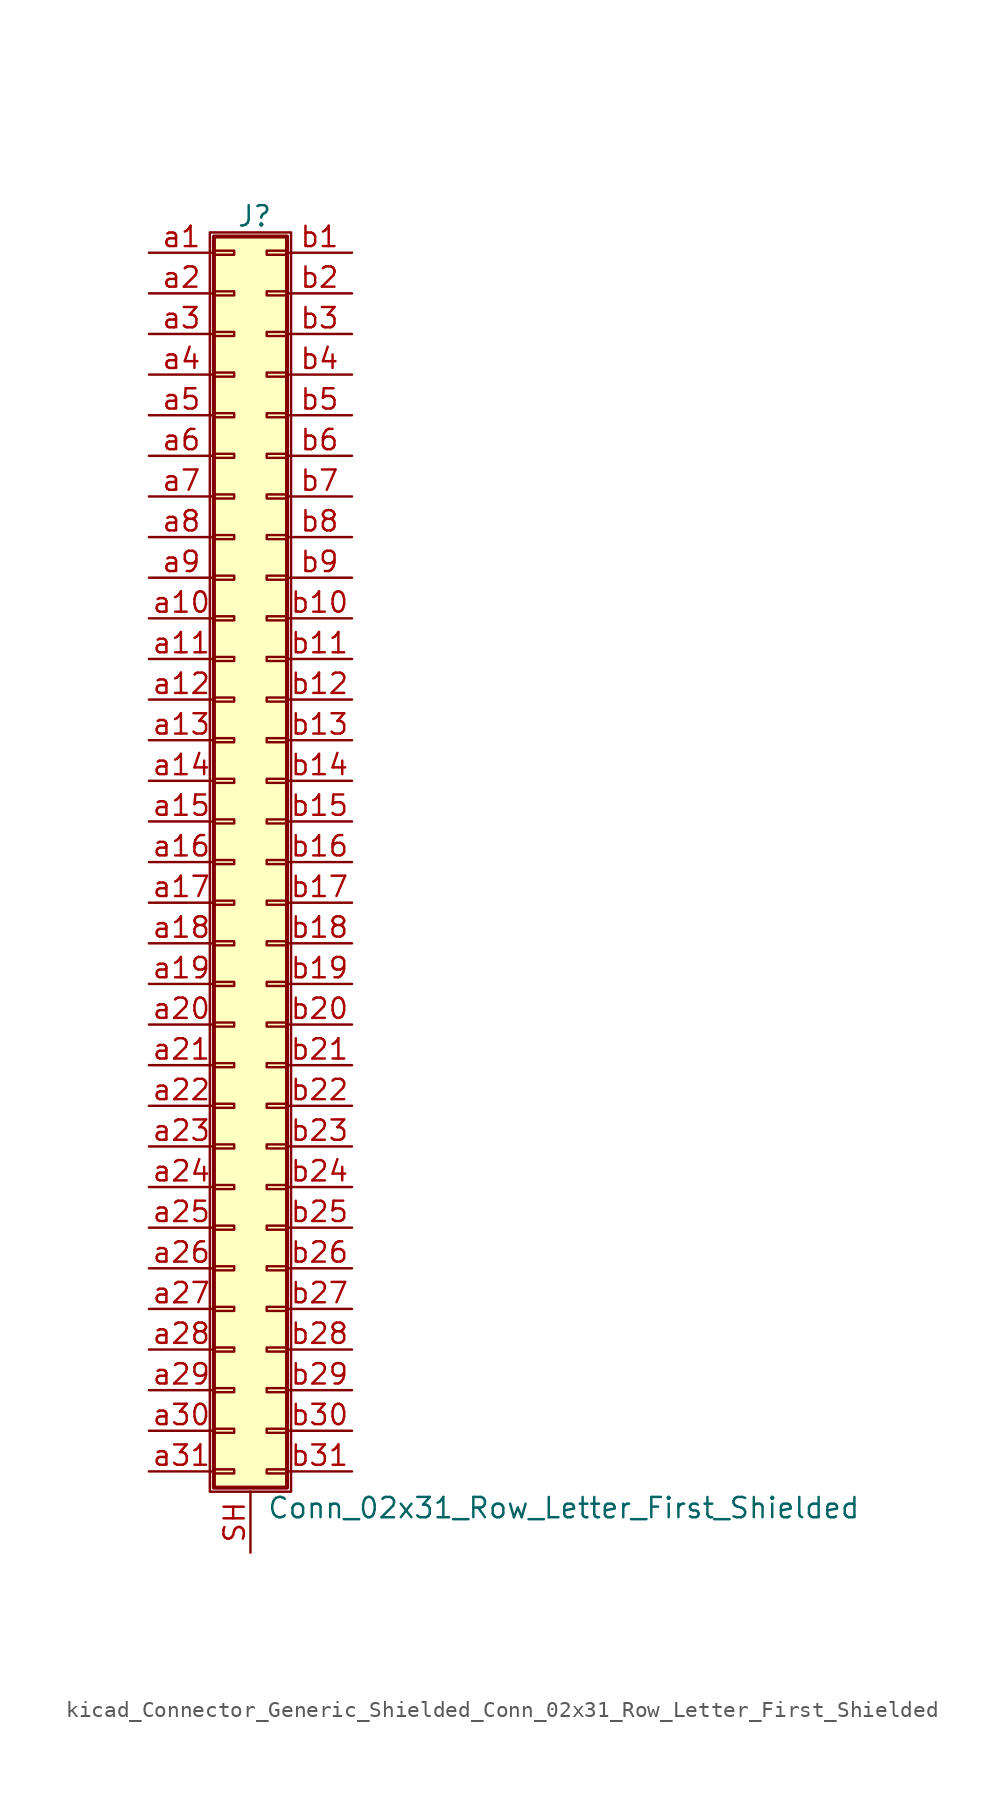
<source format=kicad_sym>
(kicad_symbol_lib
  (version 20220914)
  (generator kicad_symbol_editor)
  (symbol "kicad_Connector_Generic_Shielded_Conn_02x31_Row_Letter_First_Shielded"
    (pin_names
      (offset 1.016) hide)
    (property "Reference" "J"
      (at 1.524 40.386 0)
      (effects (font (size 1.27 1.27))))
    (property "Value" "Conn_02x31_Row_Letter_First_Shielded"
      (at 2.286 -40.386 0)
      (effects (font (size 1.27 1.27)) (justify left)))
    (symbol "kicad_Connector_Generic_Shielded_Conn_02x31_Row_Letter_First_Shielded_1_1"
      (rectangle (start -1.27 39.37) (end 3.81 -39.37) (stroke (width 0.152) (type default)) (fill (type none)))
      (rectangle (start -1.016 -37.973) (end 0.254 -38.227) (stroke (width 0.152) (type default)) (fill (type none)))
      (rectangle (start -1.016 -35.433) (end 0.254 -35.687) (stroke (width 0.152) (type default)) (fill (type none)))
      (rectangle (start -1.016 -32.893) (end 0.254 -33.147) (stroke (width 0.152) (type default)) (fill (type none)))
      (rectangle (start -1.016 -30.353) (end 0.254 -30.607) (stroke (width 0.152) (type default)) (fill (type none)))
      (rectangle (start -1.016 -27.813) (end 0.254 -28.067) (stroke (width 0.152) (type default)) (fill (type none)))
      (rectangle (start -1.016 -25.273) (end 0.254 -25.527) (stroke (width 0.152) (type default)) (fill (type none)))
      (rectangle (start -1.016 -22.733) (end 0.254 -22.987) (stroke (width 0.152) (type default)) (fill (type none)))
      (rectangle (start -1.016 -20.193) (end 0.254 -20.447) (stroke (width 0.152) (type default)) (fill (type none)))
      (rectangle (start -1.016 -17.653) (end 0.254 -17.907) (stroke (width 0.152) (type default)) (fill (type none)))
      (rectangle (start -1.016 -15.113) (end 0.254 -15.367) (stroke (width 0.152) (type default)) (fill (type none)))
      (rectangle (start -1.016 -12.573) (end 0.254 -12.827) (stroke (width 0.152) (type default)) (fill (type none)))
      (rectangle (start -1.016 -10.033) (end 0.254 -10.287) (stroke (width 0.152) (type default)) (fill (type none)))
      (rectangle (start -1.016 -7.493) (end 0.254 -7.747) (stroke (width 0.152) (type default)) (fill (type none)))
      (rectangle (start -1.016 -4.953) (end 0.254 -5.207) (stroke (width 0.152) (type default)) (fill (type none)))
      (rectangle (start -1.016 -2.413) (end 0.254 -2.667) (stroke (width 0.152) (type default)) (fill (type none)))
      (rectangle (start -1.016 0.127) (end 0.254 -0.127) (stroke (width 0.152) (type default)) (fill (type none)))
      (rectangle (start -1.016 2.667) (end 0.254 2.413) (stroke (width 0.152) (type default)) (fill (type none)))
      (rectangle (start -1.016 5.207) (end 0.254 4.953) (stroke (width 0.152) (type default)) (fill (type none)))
      (rectangle (start -1.016 7.747) (end 0.254 7.493) (stroke (width 0.152) (type default)) (fill (type none)))
      (rectangle (start -1.016 10.287) (end 0.254 10.033) (stroke (width 0.152) (type default)) (fill (type none)))
      (rectangle (start -1.016 12.827) (end 0.254 12.573) (stroke (width 0.152) (type default)) (fill (type none)))
      (rectangle (start -1.016 15.367) (end 0.254 15.113) (stroke (width 0.152) (type default)) (fill (type none)))
      (rectangle (start -1.016 17.907) (end 0.254 17.653) (stroke (width 0.152) (type default)) (fill (type none)))
      (rectangle (start -1.016 20.447) (end 0.254 20.193) (stroke (width 0.152) (type default)) (fill (type none)))
      (rectangle (start -1.016 22.987) (end 0.254 22.733) (stroke (width 0.152) (type default)) (fill (type none)))
      (rectangle (start -1.016 25.527) (end 0.254 25.273) (stroke (width 0.152) (type default)) (fill (type none)))
      (rectangle (start -1.016 28.067) (end 0.254 27.813) (stroke (width 0.152) (type default)) (fill (type none)))
      (rectangle (start -1.016 30.607) (end 0.254 30.353) (stroke (width 0.152) (type default)) (fill (type none)))
      (rectangle (start -1.016 33.147) (end 0.254 32.893) (stroke (width 0.152) (type default)) (fill (type none)))
      (rectangle (start -1.016 35.687) (end 0.254 35.433) (stroke (width 0.152) (type default)) (fill (type none)))
      (rectangle (start -1.016 38.227) (end 0.254 37.973) (stroke (width 0.152) (type default)) (fill (type none)))
      (rectangle (start -1.016 39.116) (end 3.556 -39.116) (stroke (width 0.254) (type default)) (fill (type background)))
      (rectangle (start 3.556 -37.973) (end 2.286 -38.227) (stroke (width 0.152) (type default)) (fill (type none)))
      (rectangle (start 3.556 -35.433) (end 2.286 -35.687) (stroke (width 0.152) (type default)) (fill (type none)))
      (rectangle (start 3.556 -32.893) (end 2.286 -33.147) (stroke (width 0.152) (type default)) (fill (type none)))
      (rectangle (start 3.556 -30.353) (end 2.286 -30.607) (stroke (width 0.152) (type default)) (fill (type none)))
      (rectangle (start 3.556 -27.813) (end 2.286 -28.067) (stroke (width 0.152) (type default)) (fill (type none)))
      (rectangle (start 3.556 -25.273) (end 2.286 -25.527) (stroke (width 0.152) (type default)) (fill (type none)))
      (rectangle (start 3.556 -22.733) (end 2.286 -22.987) (stroke (width 0.152) (type default)) (fill (type none)))
      (rectangle (start 3.556 -20.193) (end 2.286 -20.447) (stroke (width 0.152) (type default)) (fill (type none)))
      (rectangle (start 3.556 -17.653) (end 2.286 -17.907) (stroke (width 0.152) (type default)) (fill (type none)))
      (rectangle (start 3.556 -15.113) (end 2.286 -15.367) (stroke (width 0.152) (type default)) (fill (type none)))
      (rectangle (start 3.556 -12.573) (end 2.286 -12.827) (stroke (width 0.152) (type default)) (fill (type none)))
      (rectangle (start 3.556 -10.033) (end 2.286 -10.287) (stroke (width 0.152) (type default)) (fill (type none)))
      (rectangle (start 3.556 -7.493) (end 2.286 -7.747) (stroke (width 0.152) (type default)) (fill (type none)))
      (rectangle (start 3.556 -4.953) (end 2.286 -5.207) (stroke (width 0.152) (type default)) (fill (type none)))
      (rectangle (start 3.556 -2.413) (end 2.286 -2.667) (stroke (width 0.152) (type default)) (fill (type none)))
      (rectangle (start 3.556 0.127) (end 2.286 -0.127) (stroke (width 0.152) (type default)) (fill (type none)))
      (rectangle (start 3.556 2.667) (end 2.286 2.413) (stroke (width 0.152) (type default)) (fill (type none)))
      (rectangle (start 3.556 5.207) (end 2.286 4.953) (stroke (width 0.152) (type default)) (fill (type none)))
      (rectangle (start 3.556 7.747) (end 2.286 7.493) (stroke (width 0.152) (type default)) (fill (type none)))
      (rectangle (start 3.556 10.287) (end 2.286 10.033) (stroke (width 0.152) (type default)) (fill (type none)))
      (rectangle (start 3.556 12.827) (end 2.286 12.573) (stroke (width 0.152) (type default)) (fill (type none)))
      (rectangle (start 3.556 15.367) (end 2.286 15.113) (stroke (width 0.152) (type default)) (fill (type none)))
      (rectangle (start 3.556 17.907) (end 2.286 17.653) (stroke (width 0.152) (type default)) (fill (type none)))
      (rectangle (start 3.556 20.447) (end 2.286 20.193) (stroke (width 0.152) (type default)) (fill (type none)))
      (rectangle (start 3.556 22.987) (end 2.286 22.733) (stroke (width 0.152) (type default)) (fill (type none)))
      (rectangle (start 3.556 25.527) (end 2.286 25.273) (stroke (width 0.152) (type default)) (fill (type none)))
      (rectangle (start 3.556 28.067) (end 2.286 27.813) (stroke (width 0.152) (type default)) (fill (type none)))
      (rectangle (start 3.556 30.607) (end 2.286 30.353) (stroke (width 0.152) (type default)) (fill (type none)))
      (rectangle (start 3.556 33.147) (end 2.286 32.893) (stroke (width 0.152) (type default)) (fill (type none)))
      (rectangle (start 3.556 35.687) (end 2.286 35.433) (stroke (width 0.152) (type default)) (fill (type none)))
      (rectangle (start 3.556 38.227) (end 2.286 37.973) (stroke (width 0.152) (type default)) (fill (type none)))
      (pin passive line (at 1.27 -43.18 90) (length 3.81) (name "Shield" (effects (font (size 1.27 1.27)))) (number "SH" (effects (font (size 1.27 1.27)))))
      (pin passive line (at -5.08 38.1 0) (length 4.064) (name "Pin_a1" (effects (font (size 1.27 1.27)))) (number "a1" (effects (font (size 1.27 1.27)))))
      (pin passive line (at -5.08 15.24 0) (length 4.064) (name "Pin_a10" (effects (font (size 1.27 1.27)))) (number "a10" (effects (font (size 1.27 1.27)))))
      (pin passive line (at -5.08 12.7 0) (length 4.064) (name "Pin_a11" (effects (font (size 1.27 1.27)))) (number "a11" (effects (font (size 1.27 1.27)))))
      (pin passive line (at -5.08 10.16 0) (length 4.064) (name "Pin_a12" (effects (font (size 1.27 1.27)))) (number "a12" (effects (font (size 1.27 1.27)))))
      (pin passive line (at -5.08 7.62 0) (length 4.064) (name "Pin_a13" (effects (font (size 1.27 1.27)))) (number "a13" (effects (font (size 1.27 1.27)))))
      (pin passive line (at -5.08 5.08 0) (length 4.064) (name "Pin_a14" (effects (font (size 1.27 1.27)))) (number "a14" (effects (font (size 1.27 1.27)))))
      (pin passive line (at -5.08 2.54 0) (length 4.064) (name "Pin_a15" (effects (font (size 1.27 1.27)))) (number "a15" (effects (font (size 1.27 1.27)))))
      (pin passive line (at -5.08 0 0) (length 4.064) (name "Pin_a16" (effects (font (size 1.27 1.27)))) (number "a16" (effects (font (size 1.27 1.27)))))
      (pin passive line (at -5.08 -2.54 0) (length 4.064) (name "Pin_a17" (effects (font (size 1.27 1.27)))) (number "a17" (effects (font (size 1.27 1.27)))))
      (pin passive line (at -5.08 -5.08 0) (length 4.064) (name "Pin_a18" (effects (font (size 1.27 1.27)))) (number "a18" (effects (font (size 1.27 1.27)))))
      (pin passive line (at -5.08 -7.62 0) (length 4.064) (name "Pin_a19" (effects (font (size 1.27 1.27)))) (number "a19" (effects (font (size 1.27 1.27)))))
      (pin passive line (at -5.08 35.56 0) (length 4.064) (name "Pin_a2" (effects (font (size 1.27 1.27)))) (number "a2" (effects (font (size 1.27 1.27)))))
      (pin passive line (at -5.08 -10.16 0) (length 4.064) (name "Pin_a20" (effects (font (size 1.27 1.27)))) (number "a20" (effects (font (size 1.27 1.27)))))
      (pin passive line (at -5.08 -12.7 0) (length 4.064) (name "Pin_a21" (effects (font (size 1.27 1.27)))) (number "a21" (effects (font (size 1.27 1.27)))))
      (pin passive line (at -5.08 -15.24 0) (length 4.064) (name "Pin_a22" (effects (font (size 1.27 1.27)))) (number "a22" (effects (font (size 1.27 1.27)))))
      (pin passive line (at -5.08 -17.78 0) (length 4.064) (name "Pin_a23" (effects (font (size 1.27 1.27)))) (number "a23" (effects (font (size 1.27 1.27)))))
      (pin passive line (at -5.08 -20.32 0) (length 4.064) (name "Pin_a24" (effects (font (size 1.27 1.27)))) (number "a24" (effects (font (size 1.27 1.27)))))
      (pin passive line (at -5.08 -22.86 0) (length 4.064) (name "Pin_a25" (effects (font (size 1.27 1.27)))) (number "a25" (effects (font (size 1.27 1.27)))))
      (pin passive line (at -5.08 -25.4 0) (length 4.064) (name "Pin_a26" (effects (font (size 1.27 1.27)))) (number "a26" (effects (font (size 1.27 1.27)))))
      (pin passive line (at -5.08 -27.94 0) (length 4.064) (name "Pin_a27" (effects (font (size 1.27 1.27)))) (number "a27" (effects (font (size 1.27 1.27)))))
      (pin passive line (at -5.08 -30.48 0) (length 4.064) (name "Pin_a28" (effects (font (size 1.27 1.27)))) (number "a28" (effects (font (size 1.27 1.27)))))
      (pin passive line (at -5.08 -33.02 0) (length 4.064) (name "Pin_a29" (effects (font (size 1.27 1.27)))) (number "a29" (effects (font (size 1.27 1.27)))))
      (pin passive line (at -5.08 33.02 0) (length 4.064) (name "Pin_a3" (effects (font (size 1.27 1.27)))) (number "a3" (effects (font (size 1.27 1.27)))))
      (pin passive line (at -5.08 -35.56 0) (length 4.064) (name "Pin_a30" (effects (font (size 1.27 1.27)))) (number "a30" (effects (font (size 1.27 1.27)))))
      (pin passive line (at -5.08 -38.1 0) (length 4.064) (name "Pin_a31" (effects (font (size 1.27 1.27)))) (number "a31" (effects (font (size 1.27 1.27)))))
      (pin passive line (at -5.08 30.48 0) (length 4.064) (name "Pin_a4" (effects (font (size 1.27 1.27)))) (number "a4" (effects (font (size 1.27 1.27)))))
      (pin passive line (at -5.08 27.94 0) (length 4.064) (name "Pin_a5" (effects (font (size 1.27 1.27)))) (number "a5" (effects (font (size 1.27 1.27)))))
      (pin passive line (at -5.08 25.4 0) (length 4.064) (name "Pin_a6" (effects (font (size 1.27 1.27)))) (number "a6" (effects (font (size 1.27 1.27)))))
      (pin passive line (at -5.08 22.86 0) (length 4.064) (name "Pin_a7" (effects (font (size 1.27 1.27)))) (number "a7" (effects (font (size 1.27 1.27)))))
      (pin passive line (at -5.08 20.32 0) (length 4.064) (name "Pin_a8" (effects (font (size 1.27 1.27)))) (number "a8" (effects (font (size 1.27 1.27)))))
      (pin passive line (at -5.08 17.78 0) (length 4.064) (name "Pin_a9" (effects (font (size 1.27 1.27)))) (number "a9" (effects (font (size 1.27 1.27)))))
      (pin passive line (at 7.62 38.1 180) (length 4.064) (name "Pin_b1" (effects (font (size 1.27 1.27)))) (number "b1" (effects (font (size 1.27 1.27)))))
      (pin passive line (at 7.62 15.24 180) (length 4.064) (name "Pin_b10" (effects (font (size 1.27 1.27)))) (number "b10" (effects (font (size 1.27 1.27)))))
      (pin passive line (at 7.62 12.7 180) (length 4.064) (name "Pin_b11" (effects (font (size 1.27 1.27)))) (number "b11" (effects (font (size 1.27 1.27)))))
      (pin passive line (at 7.62 10.16 180) (length 4.064) (name "Pin_b12" (effects (font (size 1.27 1.27)))) (number "b12" (effects (font (size 1.27 1.27)))))
      (pin passive line (at 7.62 7.62 180) (length 4.064) (name "Pin_b13" (effects (font (size 1.27 1.27)))) (number "b13" (effects (font (size 1.27 1.27)))))
      (pin passive line (at 7.62 5.08 180) (length 4.064) (name "Pin_b14" (effects (font (size 1.27 1.27)))) (number "b14" (effects (font (size 1.27 1.27)))))
      (pin passive line (at 7.62 2.54 180) (length 4.064) (name "Pin_b15" (effects (font (size 1.27 1.27)))) (number "b15" (effects (font (size 1.27 1.27)))))
      (pin passive line (at 7.62 0 180) (length 4.064) (name "Pin_b16" (effects (font (size 1.27 1.27)))) (number "b16" (effects (font (size 1.27 1.27)))))
      (pin passive line (at 7.62 -2.54 180) (length 4.064) (name "Pin_b17" (effects (font (size 1.27 1.27)))) (number "b17" (effects (font (size 1.27 1.27)))))
      (pin passive line (at 7.62 -5.08 180) (length 4.064) (name "Pin_b18" (effects (font (size 1.27 1.27)))) (number "b18" (effects (font (size 1.27 1.27)))))
      (pin passive line (at 7.62 -7.62 180) (length 4.064) (name "Pin_b19" (effects (font (size 1.27 1.27)))) (number "b19" (effects (font (size 1.27 1.27)))))
      (pin passive line (at 7.62 35.56 180) (length 4.064) (name "Pin_b2" (effects (font (size 1.27 1.27)))) (number "b2" (effects (font (size 1.27 1.27)))))
      (pin passive line (at 7.62 -10.16 180) (length 4.064) (name "Pin_b20" (effects (font (size 1.27 1.27)))) (number "b20" (effects (font (size 1.27 1.27)))))
      (pin passive line (at 7.62 -12.7 180) (length 4.064) (name "Pin_b21" (effects (font (size 1.27 1.27)))) (number "b21" (effects (font (size 1.27 1.27)))))
      (pin passive line (at 7.62 -15.24 180) (length 4.064) (name "Pin_b22" (effects (font (size 1.27 1.27)))) (number "b22" (effects (font (size 1.27 1.27)))))
      (pin passive line (at 7.62 -17.78 180) (length 4.064) (name "Pin_b23" (effects (font (size 1.27 1.27)))) (number "b23" (effects (font (size 1.27 1.27)))))
      (pin passive line (at 7.62 -20.32 180) (length 4.064) (name "Pin_b24" (effects (font (size 1.27 1.27)))) (number "b24" (effects (font (size 1.27 1.27)))))
      (pin passive line (at 7.62 -22.86 180) (length 4.064) (name "Pin_b25" (effects (font (size 1.27 1.27)))) (number "b25" (effects (font (size 1.27 1.27)))))
      (pin passive line (at 7.62 -25.4 180) (length 4.064) (name "Pin_b26" (effects (font (size 1.27 1.27)))) (number "b26" (effects (font (size 1.27 1.27)))))
      (pin passive line (at 7.62 -27.94 180) (length 4.064) (name "Pin_b27" (effects (font (size 1.27 1.27)))) (number "b27" (effects (font (size 1.27 1.27)))))
      (pin passive line (at 7.62 -30.48 180) (length 4.064) (name "Pin_b28" (effects (font (size 1.27 1.27)))) (number "b28" (effects (font (size 1.27 1.27)))))
      (pin passive line (at 7.62 -33.02 180) (length 4.064) (name "Pin_b29" (effects (font (size 1.27 1.27)))) (number "b29" (effects (font (size 1.27 1.27)))))
      (pin passive line (at 7.62 33.02 180) (length 4.064) (name "Pin_b3" (effects (font (size 1.27 1.27)))) (number "b3" (effects (font (size 1.27 1.27)))))
      (pin passive line (at 7.62 -35.56 180) (length 4.064) (name "Pin_b30" (effects (font (size 1.27 1.27)))) (number "b30" (effects (font (size 1.27 1.27)))))
      (pin passive line (at 7.62 -38.1 180) (length 4.064) (name "Pin_b31" (effects (font (size 1.27 1.27)))) (number "b31" (effects (font (size 1.27 1.27)))))
      (pin passive line (at 7.62 30.48 180) (length 4.064) (name "Pin_b4" (effects (font (size 1.27 1.27)))) (number "b4" (effects (font (size 1.27 1.27)))))
      (pin passive line (at 7.62 27.94 180) (length 4.064) (name "Pin_b5" (effects (font (size 1.27 1.27)))) (number "b5" (effects (font (size 1.27 1.27)))))
      (pin passive line (at 7.62 25.4 180) (length 4.064) (name "Pin_b6" (effects (font (size 1.27 1.27)))) (number "b6" (effects (font (size 1.27 1.27)))))
      (pin passive line (at 7.62 22.86 180) (length 4.064) (name "Pin_b7" (effects (font (size 1.27 1.27)))) (number "b7" (effects (font (size 1.27 1.27)))))
      (pin passive line (at 7.62 20.32 180) (length 4.064) (name "Pin_b8" (effects (font (size 1.27 1.27)))) (number "b8" (effects (font (size 1.27 1.27)))))
      (pin passive line (at 7.62 17.78 180) (length 4.064) (name "Pin_b9" (effects (font (size 1.27 1.27)))) (number "b9" (effects (font (size 1.27 1.27))))))))
</source>
